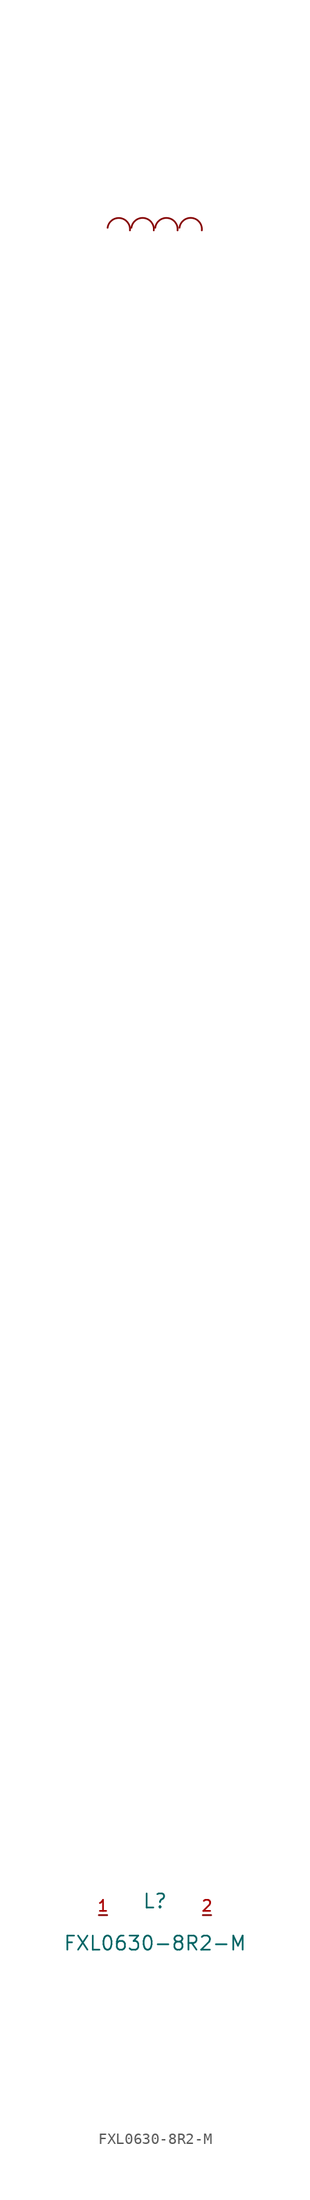
<source format=kicad_sym>
(kicad_symbol_lib
  (version 20210201)
  (generator TousstNicolas/JLC2KiCad_lib)
  (symbol "FXL0630-8R2-M"
    (pin_names hide)
    (property "Reference" "L"
      (at 0 1.27 0)
      (effects (font (size 1.27 1.27))))
    (property "Value" "FXL0630-8R2-M"
      (at 0 -2.54 0)
      (effects (font (size 1.27 1.27))))
    (symbol "FXL0630-8R2-M_0_1"
      (pin unspecified line (at 5.08 -0.0 180) (length 0.762) (name "2" (effects (font (size 1 1)))) (number "2" (effects (font (size 1 1)))))
      (pin unspecified line (at -5.08 -0.0 0) (length 0.762) (name "1" (effects (font (size 1 1)))) (number "1" (effects (font (size 1 1)))))
      (arc (start -2.2675798317689098 152.26577474375057) (mid -3.1589675383294846 153.39269454626879) (end -4.285887329344515 152.50130682516553) (stroke (width 0) (type default) (color 0 0 0 0)) (fill (type none)))
      (arc (start -0.11289020511819081 152.26516817215807) (mid -1.0043096562459306 153.39206286199257) (end -2.131204336687783 152.50064339899106) (stroke (width 0) (type default) (color 0 0 0 0)) (fill (type none)))
      (arc (start 2.037732096126408 152.26516817215807) (mid 1.146312644998668 153.39206286199257) (end 0.019417964556815614 152.50064339899106) (stroke (width 0) (type default) (color 0 0 0 0)) (fill (type none)))
      (arc (start 4.230518481699189 152.26567617317409) (mid 3.339099030571449 153.3925708630086) (end 2.2122043501295967 152.50115140000707) (stroke (width 0) (type default) (color 0 0 0 0)) (fill (type none))))))
</source>
